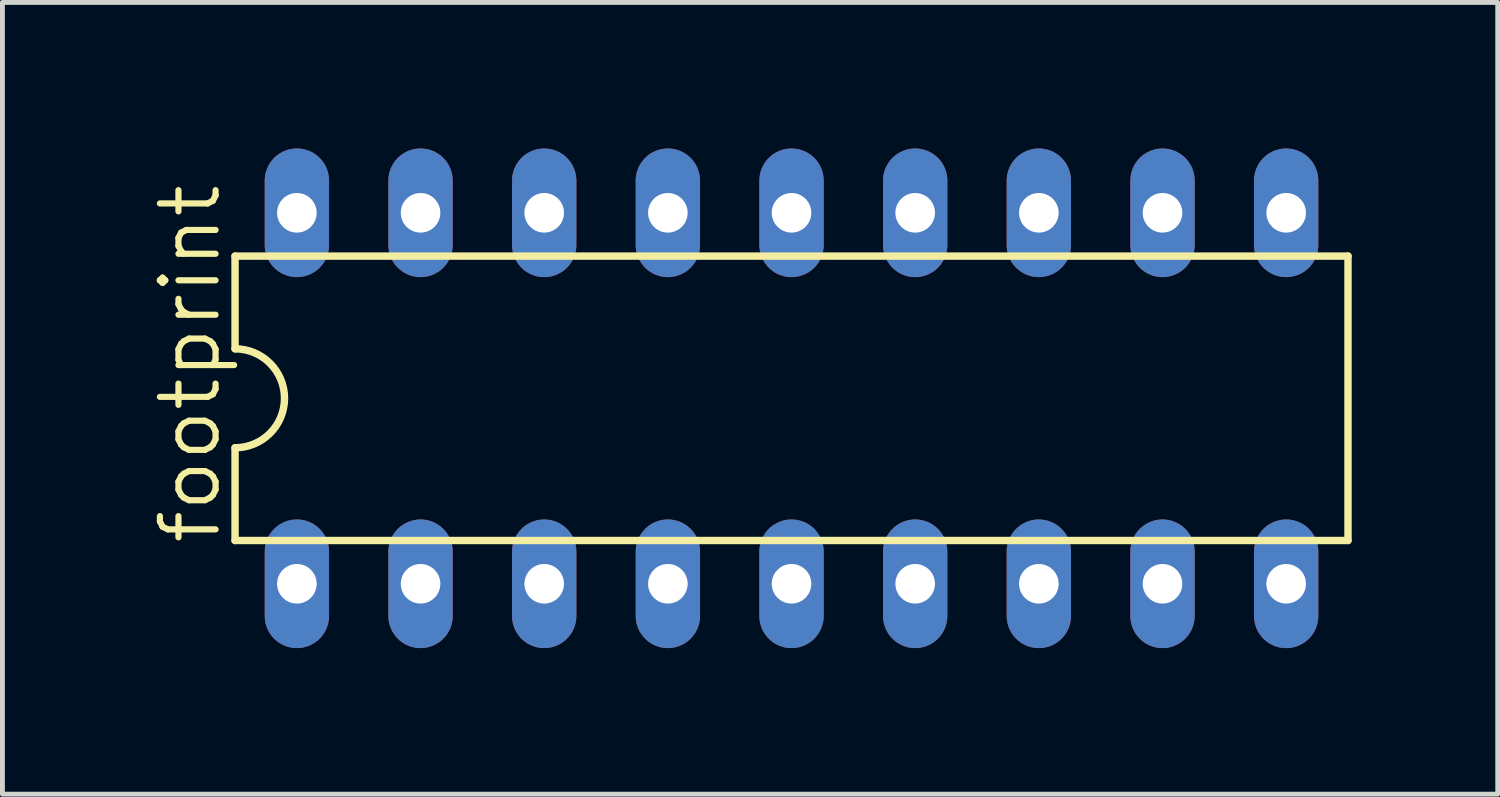
<source format=kicad_pcb>
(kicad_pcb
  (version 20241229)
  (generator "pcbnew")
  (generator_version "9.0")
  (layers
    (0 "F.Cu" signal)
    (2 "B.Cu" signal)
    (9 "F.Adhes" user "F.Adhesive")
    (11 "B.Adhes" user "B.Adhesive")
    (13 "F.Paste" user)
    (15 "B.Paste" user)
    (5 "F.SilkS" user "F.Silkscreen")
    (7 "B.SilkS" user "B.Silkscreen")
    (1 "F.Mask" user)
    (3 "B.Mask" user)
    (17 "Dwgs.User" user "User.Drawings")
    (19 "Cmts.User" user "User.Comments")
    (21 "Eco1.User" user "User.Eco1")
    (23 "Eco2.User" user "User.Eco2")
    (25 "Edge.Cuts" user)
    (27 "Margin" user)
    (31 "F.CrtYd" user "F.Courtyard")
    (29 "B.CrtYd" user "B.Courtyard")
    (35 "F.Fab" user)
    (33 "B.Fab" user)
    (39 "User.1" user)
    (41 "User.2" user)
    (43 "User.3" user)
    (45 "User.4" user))
  (footprint "footprint"
    (layer "F.Cu")
    (at 13.208 5.131)
    (property "Reference" "footprint" (at -11.684 3.048 90) (layer "F.SilkS") (effects (font (size 1.143 1.143) (thickness 0.127)) (justify left bottom)))
    (fp_line (start -11.43 -2.921) (end -11.43 -1.016) (stroke (width 0.152) (type solid)) (layer "F.SilkS"))
    (fp_line (start -11.43 2.921) (end -11.43 1.016) (stroke (width 0.152) (type solid)) (layer "F.SilkS"))
    (fp_line (start -11.43 2.921) (end 11.43 2.921) (stroke (width 0.152) (type solid)) (layer "F.SilkS"))
    (fp_line (start 11.43 -2.921) (end -11.43 -2.921) (stroke (width 0.152) (type solid)) (layer "F.SilkS"))
    (fp_line (start 11.43 -2.921) (end 11.43 2.921) (stroke (width 0.152) (type solid)) (layer "F.SilkS"))
    (fp_arc (start -11.43 -1.016) (mid -10.414 0) (end -11.43 1.016) (stroke (width 0.1524) (type solid)) (layer "F.SilkS"))
    (pad "1" thru_hole oval (at -10.16 3.81 90) (size 2.642 1.321) (drill 0.813) (layers "*.Cu" "*.Mask"))
    (pad "2" thru_hole oval (at -7.62 3.81 90) (size 2.642 1.321) (drill 0.813) (layers "*.Cu" "*.Mask"))
    (pad "3" thru_hole oval (at -5.08 3.81 90) (size 2.642 1.321) (drill 0.813) (layers "*.Cu" "*.Mask"))
    (pad "4" thru_hole oval (at -2.54 3.81 90) (size 2.642 1.321) (drill 0.813) (layers "*.Cu" "*.Mask"))
    (pad "5" thru_hole oval (at 0 3.81 90) (size 2.642 1.321) (drill 0.813) (layers "*.Cu" "*.Mask"))
    (pad "6" thru_hole oval (at 2.54 3.81 90) (size 2.642 1.321) (drill 0.813) (layers "*.Cu" "*.Mask"))
    (pad "7" thru_hole oval (at 5.08 3.81 90) (size 2.642 1.321) (drill 0.813) (layers "*.Cu" "*.Mask"))
    (pad "8" thru_hole oval (at 7.62 3.81 90) (size 2.642 1.321) (drill 0.813) (layers "*.Cu" "*.Mask"))
    (pad "9" thru_hole oval (at 10.16 3.81 90) (size 2.642 1.321) (drill 0.813) (layers "*.Cu" "*.Mask"))
    (pad "10" thru_hole oval (at 10.16 -3.81 90) (size 2.642 1.321) (drill 0.813) (layers "*.Cu" "*.Mask"))
    (pad "11" thru_hole oval (at 7.62 -3.81 90) (size 2.642 1.321) (drill 0.813) (layers "*.Cu" "*.Mask"))
    (pad "12" thru_hole oval (at 5.08 -3.81 90) (size 2.642 1.321) (drill 0.813) (layers "*.Cu" "*.Mask"))
    (pad "13" thru_hole oval (at 2.54 -3.81 90) (size 2.642 1.321) (drill 0.813) (layers "*.Cu" "*.Mask"))
    (pad "14" thru_hole oval (at 0 -3.81 90) (size 2.642 1.321) (drill 0.813) (layers "*.Cu" "*.Mask"))
    (pad "15" thru_hole oval (at -2.54 -3.81 90) (size 2.642 1.321) (drill 0.813) (layers "*.Cu" "*.Mask"))
    (pad "16" thru_hole oval (at -5.08 -3.81 90) (size 2.642 1.321) (drill 0.813) (layers "*.Cu" "*.Mask"))
    (pad "17" thru_hole oval (at -7.62 -3.81 90) (size 2.642 1.321) (drill 0.813) (layers "*.Cu" "*.Mask"))
    (pad "18" thru_hole oval (at -10.16 -3.81 90) (size 2.642 1.321) (drill 0.813) (layers "*.Cu" "*.Mask")))
  (gr_rect
    (start -3 -3)
    (end 27.714 13.262)
    (stroke (width 0.1) (type default))
    (fill no)
    (layer "Edge.Cuts")))
</source>
